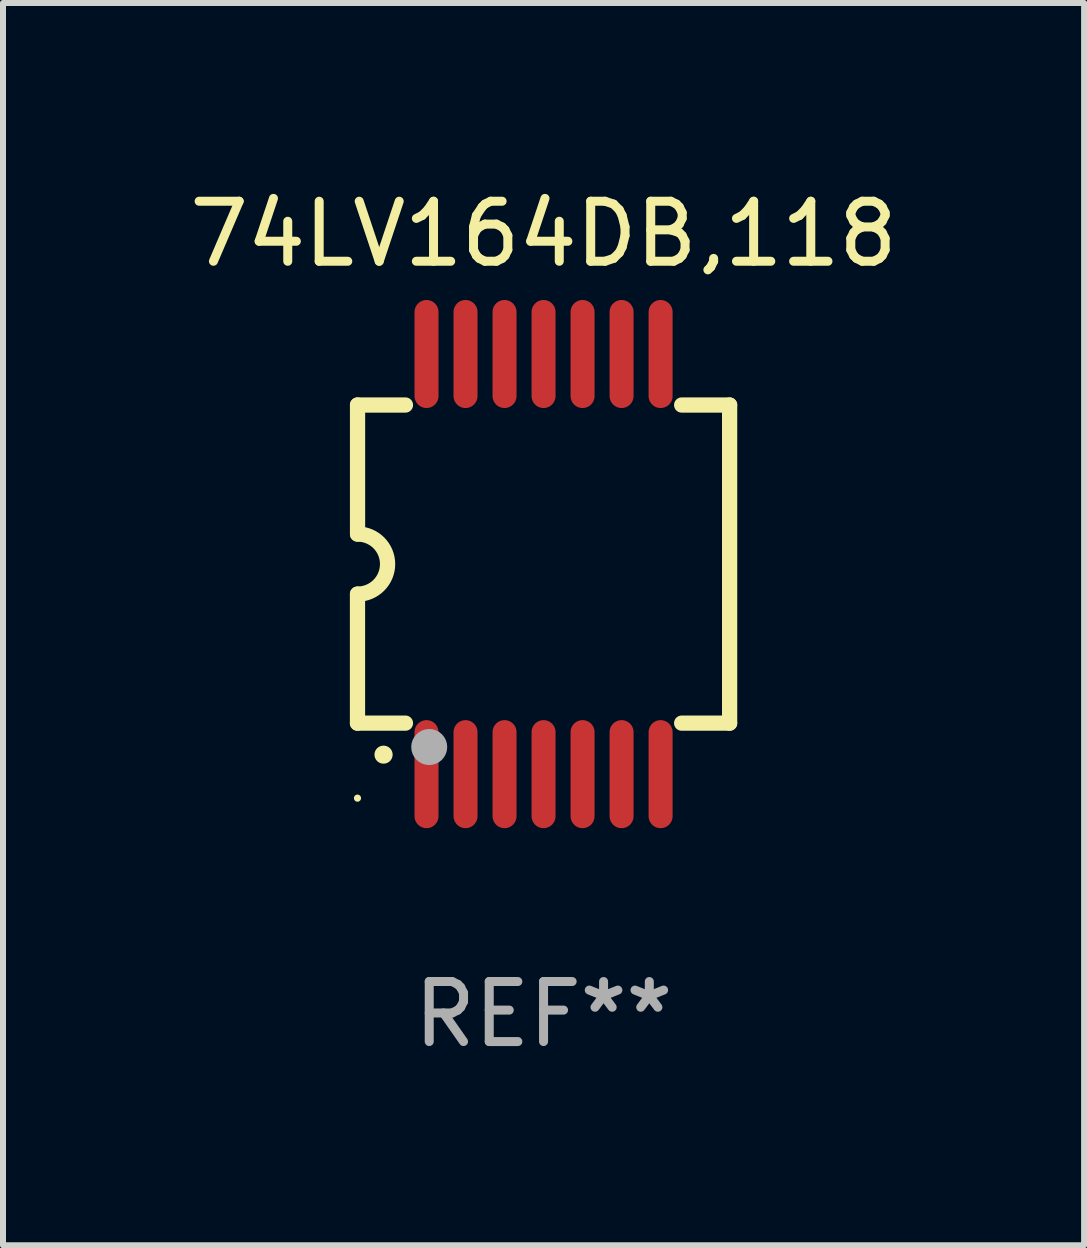
<source format=kicad_pcb>
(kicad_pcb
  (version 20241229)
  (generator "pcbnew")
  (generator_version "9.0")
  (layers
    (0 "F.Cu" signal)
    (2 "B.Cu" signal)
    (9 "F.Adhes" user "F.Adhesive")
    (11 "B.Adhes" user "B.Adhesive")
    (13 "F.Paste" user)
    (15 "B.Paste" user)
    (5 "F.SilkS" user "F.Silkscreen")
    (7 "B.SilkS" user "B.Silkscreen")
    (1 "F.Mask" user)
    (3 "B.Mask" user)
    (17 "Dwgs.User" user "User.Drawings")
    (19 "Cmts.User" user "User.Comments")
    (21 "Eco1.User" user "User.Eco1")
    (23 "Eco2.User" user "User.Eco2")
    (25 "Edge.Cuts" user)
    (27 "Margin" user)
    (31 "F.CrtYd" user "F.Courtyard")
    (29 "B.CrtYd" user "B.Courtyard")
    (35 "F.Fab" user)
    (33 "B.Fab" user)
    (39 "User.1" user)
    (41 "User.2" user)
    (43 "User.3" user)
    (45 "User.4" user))
  (footprint "74LV164DB,118"
    (layer "F.Cu")
    (at 6.006 6.348)
    (property "Reference" "74LV164DB,118" (at 0 -5.5 0) (layer "F.SilkS") (effects (font (size 1 1) (thickness 0.15))))
    (attr through_hole)
    (fp_line (start -3.1 2.65) (end -3.1 0.5) (stroke (width 0.254) (type solid)) (layer "F.SilkS"))
    (fp_line (start -3.099 -2.65) (end -2.301 -2.65) (stroke (width 0.254) (type solid)) (layer "F.SilkS"))
    (fp_line (start -3.099 -0.5) (end -3.099 -2.65) (stroke (width 0.254) (type solid)) (layer "F.SilkS"))
    (fp_line (start -2.301 2.65) (end -3.1 2.65) (stroke (width 0.254) (type solid)) (layer "F.SilkS"))
    (fp_line (start 2.301 -2.65) (end 3.1 -2.65) (stroke (width 0.254) (type solid)) (layer "F.SilkS"))
    (fp_line (start 3.1 -2.65) (end 3.1 2.65) (stroke (width 0.254) (type solid)) (layer "F.SilkS"))
    (fp_line (start 3.1 2.65) (end 2.301 2.65) (stroke (width 0.254) (type solid)) (layer "F.SilkS"))
    (fp_arc (start -3.098806 -0.500381) (mid -2.598806 0) (end -3.098806 0.500381) (stroke (width 0.254001) (type solid)) (layer "F.SilkS"))
    (fp_arc (start -2.667005 3.175006) (mid -2.665735 3.175001) (end -2.664465 3.175006) (stroke (width 0.3) (type solid)) (layer "F.SilkS"))
    (fp_circle (center -3.1 3.9) (end -3.07 3.9) (stroke (width 0.06) (type solid)) (fill no) (layer "F.SilkS"))
    (fp_circle (center -1.905 3.048) (end -1.755 3.048) (stroke (width 0.3) (type solid)) (fill no) (layer "F.Fab"))
    (fp_text user "REF**" (at 0 7.5 0) (layer "F.Fab") (effects (font (size 1 1) (thickness 0.15))))
    (pad "1" smd oval (at -1.95 3.5 270) (size 1.8 0.4) (layers "F.Cu" "F.Mask" "F.Paste"))
    (pad "2" smd oval (at -1.3 3.5 270) (size 1.8 0.4) (layers "F.Cu" "F.Mask" "F.Paste"))
    (pad "3" smd oval (at -0.65 3.5 270) (size 1.8 0.4) (layers "F.Cu" "F.Mask" "F.Paste"))
    (pad "4" smd oval (at 0 3.5 270) (size 1.8 0.4) (layers "F.Cu" "F.Mask" "F.Paste"))
    (pad "5" smd oval (at 0.65 3.5 270) (size 1.8 0.4) (layers "F.Cu" "F.Mask" "F.Paste"))
    (pad "6" smd oval (at 1.3 3.5 270) (size 1.8 0.4) (layers "F.Cu" "F.Mask" "F.Paste"))
    (pad "7" smd oval (at 1.95 3.5 270) (size 1.8 0.4) (layers "F.Cu" "F.Mask" "F.Paste"))
    (pad "8" smd oval (at 1.95 -3.5 90) (size 1.8 0.4) (layers "F.Cu" "F.Mask" "F.Paste"))
    (pad "9" smd oval (at 1.3 -3.5 90) (size 1.8 0.4) (layers "F.Cu" "F.Mask" "F.Paste"))
    (pad "10" smd oval (at 0.65 -3.5 90) (size 1.8 0.4) (layers "F.Cu" "F.Mask" "F.Paste"))
    (pad "11" smd oval (at 0 -3.5 90) (size 1.8 0.4) (layers "F.Cu" "F.Mask" "F.Paste"))
    (pad "12" smd oval (at -0.65 -3.5 90) (size 1.8 0.4) (layers "F.Cu" "F.Mask" "F.Paste"))
    (pad "13" smd oval (at -1.3 -3.5 90) (size 1.8 0.4) (layers "F.Cu" "F.Mask" "F.Paste"))
    (pad "14" smd oval (at -1.95 -3.5 90) (size 1.8 0.4) (layers "F.Cu" "F.Mask" "F.Paste")))
  (gr_rect
    (start -3 -3)
    (end 15.012 17.697)
    (stroke (width 0.1) (type default))
    (fill no)
    (layer "Edge.Cuts")))
</source>
